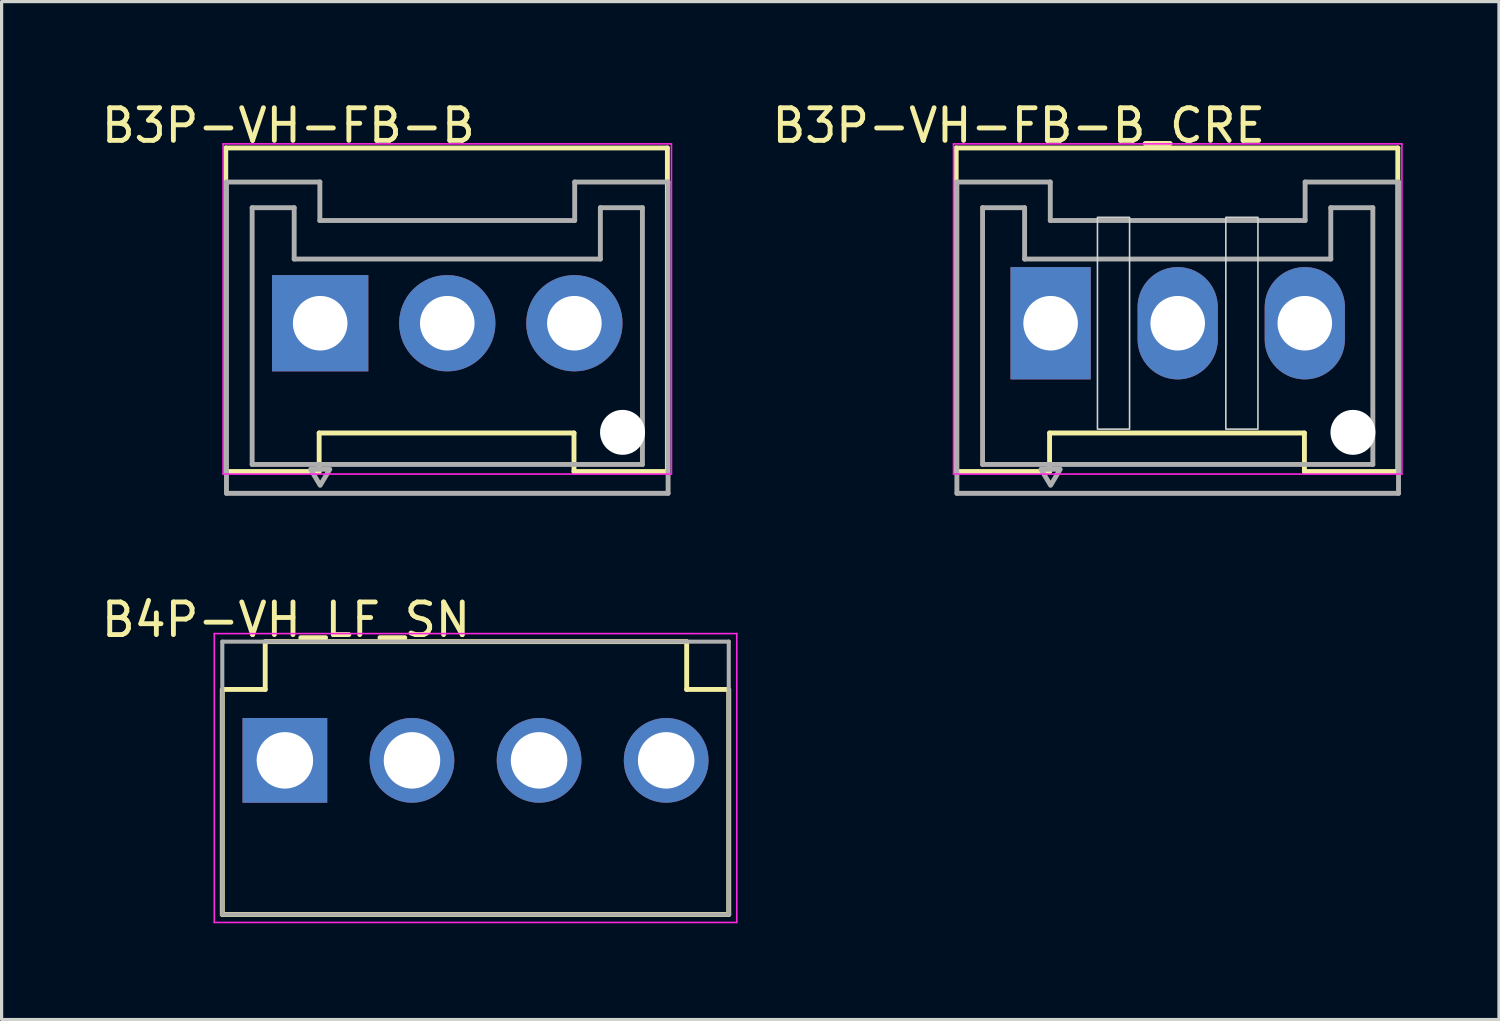
<source format=kicad_pcb>
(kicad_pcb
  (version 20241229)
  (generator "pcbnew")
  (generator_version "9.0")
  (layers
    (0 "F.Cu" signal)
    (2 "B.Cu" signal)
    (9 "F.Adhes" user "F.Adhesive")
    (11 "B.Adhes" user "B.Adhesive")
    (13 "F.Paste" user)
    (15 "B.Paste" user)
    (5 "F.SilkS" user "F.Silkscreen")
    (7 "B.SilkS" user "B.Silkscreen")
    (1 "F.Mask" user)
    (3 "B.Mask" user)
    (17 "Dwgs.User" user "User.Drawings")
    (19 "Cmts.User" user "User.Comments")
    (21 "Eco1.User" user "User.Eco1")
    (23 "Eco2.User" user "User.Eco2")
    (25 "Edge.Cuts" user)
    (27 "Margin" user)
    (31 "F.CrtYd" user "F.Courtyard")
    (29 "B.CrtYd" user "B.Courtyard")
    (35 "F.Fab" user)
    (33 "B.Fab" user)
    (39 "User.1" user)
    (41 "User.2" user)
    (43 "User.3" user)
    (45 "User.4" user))
  (footprint "B4P-VH_LF_SN"
    (layer "F.Cu")
    (at 11.766 20.641)
    (property "Reference" "B4P-VH_LF_SN" (at -5.905 -4.381 0) (layer "F.SilkS") (effects (font (size 1.016 1.016) (thickness 0.152))))
    (attr through_hole)
    (fp_line (start -7.89 4.8) (end -7.89 -2.21) (stroke (width 0.152) (type solid)) (layer "F.SilkS"))
    (fp_line (start -6.553 -3.7) (end 6.579 -3.7) (stroke (width 0.152) (type solid)) (layer "F.SilkS"))
    (fp_line (start -6.553 -3.683) (end -6.553 -2.21) (stroke (width 0.152) (type solid)) (layer "F.SilkS"))
    (fp_line (start -6.553 -2.21) (end -7.874 -2.21) (stroke (width 0.152) (type solid)) (layer "F.SilkS"))
    (fp_line (start 6.579 -3.683) (end 6.579 -2.21) (stroke (width 0.152) (type solid)) (layer "F.SilkS"))
    (fp_line (start 7.874 -2.21) (end 6.579 -2.21) (stroke (width 0.152) (type solid)) (layer "F.SilkS"))
    (fp_line (start 7.89 -2.21) (end 7.89 4.8) (stroke (width 0.152) (type solid)) (layer "F.SilkS"))
    (fp_line (start 7.89 4.8) (end -7.89 4.8) (stroke (width 0.152) (type solid)) (layer "F.SilkS"))
    (fp_line (start -8.14 -3.95) (end 8.14 -3.95) (stroke (width 0.05) (type solid)) (layer "F.CrtYd"))
    (fp_line (start -8.14 5.05) (end -8.14 -3.95) (stroke (width 0.05) (type solid)) (layer "F.CrtYd"))
    (fp_line (start 8.14 -3.95) (end 8.14 5.05) (stroke (width 0.05) (type solid)) (layer "F.CrtYd"))
    (fp_line (start 8.14 5.05) (end -8.14 5.05) (stroke (width 0.05) (type solid)) (layer "F.CrtYd"))
    (fp_line (start -7.89 -3.7) (end -7.89 4.8) (stroke (width 0.127) (type solid)) (layer "F.Fab"))
    (fp_line (start -7.89 4.8) (end 7.89 4.8) (stroke (width 0.127) (type solid)) (layer "F.Fab"))
    (fp_line (start 7.89 -3.7) (end -7.89 -3.7) (stroke (width 0.127) (type solid)) (layer "F.Fab"))
    (fp_line (start 7.89 4.8) (end 7.89 -3.7) (stroke (width 0.127) (type solid)) (layer "F.Fab"))
    (pad "1" thru_hole rect (at -5.94 0) (size 2.64 2.64) (drill 1.76) (layers "*.Cu" "*.Mask"))
    (pad "2" thru_hole circle (at -1.98 0) (size 2.64 2.64) (drill 1.76) (layers "*.Cu" "*.Mask"))
    (pad "3" thru_hole circle (at 1.98 0) (size 2.64 2.64) (drill 1.76) (layers "*.Cu" "*.Mask"))
    (pad "4" thru_hole circle (at 5.94 0) (size 2.64 2.64) (drill 1.76) (layers "*.Cu" "*.Mask")))
  (footprint "B3P-VH-FB-B_CRE"
    (layer "F.Cu")
    (at 33.644 7.021)
    (property "Reference" "B3P-VH-FB-B_CRE" (at -4.953 -6.16 180) (layer "F.SilkS") (effects (font (size 1.016 1.016) (thickness 0.152))))
    (attr through_hole)
    (fp_line (start -6.902 -5.461) (end 6.858 -5.461) (stroke (width 0.152) (type solid)) (layer "F.SilkS"))
    (fp_line (start -6.902 4.62) (end -6.902 -5.461) (stroke (width 0.152) (type solid)) (layer "F.SilkS"))
    (fp_line (start -3.992 3.42) (end -3.992 4.62) (stroke (width 0.152) (type solid)) (layer "F.SilkS"))
    (fp_line (start -3.992 4.62) (end -6.902 4.62) (stroke (width 0.152) (type solid)) (layer "F.SilkS"))
    (fp_line (start 3.948 3.42) (end -3.992 3.42) (stroke (width 0.152) (type solid)) (layer "F.SilkS"))
    (fp_line (start 3.948 3.42) (end 3.948 4.62) (stroke (width 0.152) (type solid)) (layer "F.SilkS"))
    (fp_line (start 6.858 -5.461) (end 6.858 4.62) (stroke (width 0.152) (type solid)) (layer "F.SilkS"))
    (fp_line (start 6.858 4.62) (end 3.948 4.62) (stroke (width 0.152) (type solid)) (layer "F.SilkS"))
    (fp_rect (start -2.5 -3.3) (end -1.5 3.3) (stroke (width 0.05) (type default)) (fill no) (layer "Edge.Cuts"))
    (fp_rect (start 1.5 -3.3) (end 2.5 3.3) (stroke (width 0.05) (type default)) (fill no) (layer "Edge.Cuts"))
    (fp_line (start -6.985 -5.588) (end 6.985 -5.588) (stroke (width 0.05) (type default)) (layer "F.CrtYd"))
    (fp_line (start -6.985 4.699) (end -6.985 -5.588) (stroke (width 0.05) (type default)) (layer "F.CrtYd"))
    (fp_line (start 6.985 -5.588) (end 6.985 4.699) (stroke (width 0.05) (type default)) (layer "F.CrtYd"))
    (fp_line (start 6.985 4.699) (end -6.985 4.699) (stroke (width 0.05) (type default)) (layer "F.CrtYd"))
    (fp_line (start -6.88 -4.4) (end -3.97 -4.4) (stroke (width 0.152) (type solid)) (layer "F.Fab"))
    (fp_line (start -6.88 5.3) (end -6.88 -4.4) (stroke (width 0.152) (type solid)) (layer "F.Fab"))
    (fp_line (start -6.08 -3.6) (end -4.77 -3.6) (stroke (width 0.152) (type solid)) (layer "F.Fab"))
    (fp_line (start -6.08 4.4) (end -6.08 -3.6) (stroke (width 0.152) (type solid)) (layer "F.Fab"))
    (fp_line (start -4.77 -3.6) (end -4.77 -2) (stroke (width 0.152) (type solid)) (layer "F.Fab"))
    (fp_line (start -4.77 -2) (end 4.77 -2) (stroke (width 0.152) (type solid)) (layer "F.Fab"))
    (fp_line (start -3.97 -3.2) (end -3.97 -4.4) (stroke (width 0.152) (type solid)) (layer "F.Fab"))
    (fp_line (start -3.97 -3.2) (end 3.97 -3.2) (stroke (width 0.152) (type solid)) (layer "F.Fab"))
    (fp_line (start 3.97 -4.4) (end 6.88 -4.4) (stroke (width 0.152) (type solid)) (layer "F.Fab"))
    (fp_line (start 3.97 -3.2) (end 3.97 -4.4) (stroke (width 0.152) (type solid)) (layer "F.Fab"))
    (fp_line (start 4.77 -3.6) (end 6.08 -3.6) (stroke (width 0.152) (type solid)) (layer "F.Fab"))
    (fp_line (start 4.77 -2) (end 4.77 -3.6) (stroke (width 0.152) (type solid)) (layer "F.Fab"))
    (fp_line (start 6.08 -3.6) (end 6.08 4.4) (stroke (width 0.152) (type solid)) (layer "F.Fab"))
    (fp_line (start 6.08 4.4) (end -6.08 4.4) (stroke (width 0.152) (type solid)) (layer "F.Fab"))
    (fp_line (start 6.88 -4.4) (end 6.88 5.3) (stroke (width 0.152) (type solid)) (layer "F.Fab"))
    (fp_line (start 6.88 5.3) (end -6.88 5.3) (stroke (width 0.152) (type solid)) (layer "F.Fab"))
    (fp_poly (pts (xy -3.96 5.05) (xy -4.26 4.55) (xy -3.66 4.55)) (stroke (width 0.152) (type solid)) (fill no) (layer "F.Fab"))
    (fp_poly (pts (xy -4.53 -0.57) (xy -3.39 -0.57) (xy -3.39 0.57) (xy -4.53 0.57)) (stroke (width 0.01) (type solid)) (fill no) (layer "F.Fab"))
    (fp_poly (pts (xy -0.57 -0.57) (xy 0.57 -0.57) (xy 0.57 0.57) (xy -0.57 0.57)) (stroke (width 0.01) (type solid)) (fill no) (layer "F.Fab"))
    (fp_poly (pts (xy 3.39 -0.57) (xy 4.53 -0.57) (xy 4.53 0.57) (xy 3.39 0.57)) (stroke (width 0.01) (type solid)) (fill no) (layer "F.Fab"))
    (pad "" np_thru_hole circle (at 5.46 3.4) (size 1.4 1.4) (drill 1.4) (layers "*.Cu" "*.Mask"))
    (pad "1" thru_hole rect (at -3.96 0) (size 2.5 3.5) (drill 1.7) (layers "*.Cu" "*.Mask"))
    (pad "2" thru_hole oval (at 0 0) (size 2.5 3.5) (drill 1.7) (layers "*.Cu" "*.Mask"))
    (pad "3" thru_hole oval (at 3.96 0) (size 2.5 3.5) (drill 1.7) (layers "*.Cu" "*.Mask")))
  (footprint "B3P-VH-FB-B"
    (layer "F.Cu")
    (at 10.886 7.021)
    (property "Reference" "B3P-VH-FB-B" (at -4.953 -6.16 180) (layer "F.SilkS") (effects (font (size 1.016 1.016) (thickness 0.152))))
    (attr through_hole)
    (fp_line (start -6.902 -5.461) (end 6.858 -5.461) (stroke (width 0.152) (type solid)) (layer "F.SilkS"))
    (fp_line (start -6.902 4.62) (end -6.902 -5.461) (stroke (width 0.152) (type solid)) (layer "F.SilkS"))
    (fp_line (start -3.992 3.42) (end -3.992 4.62) (stroke (width 0.152) (type solid)) (layer "F.SilkS"))
    (fp_line (start -3.992 4.62) (end -6.902 4.62) (stroke (width 0.152) (type solid)) (layer "F.SilkS"))
    (fp_line (start 3.948 3.42) (end -3.992 3.42) (stroke (width 0.152) (type solid)) (layer "F.SilkS"))
    (fp_line (start 3.948 3.42) (end 3.948 4.62) (stroke (width 0.152) (type solid)) (layer "F.SilkS"))
    (fp_line (start 6.858 -5.461) (end 6.858 4.62) (stroke (width 0.152) (type solid)) (layer "F.SilkS"))
    (fp_line (start 6.858 4.62) (end 3.948 4.62) (stroke (width 0.152) (type solid)) (layer "F.SilkS"))
    (fp_line (start -6.985 -5.588) (end 6.985 -5.588) (stroke (width 0.05) (type default)) (layer "F.CrtYd"))
    (fp_line (start -6.985 4.699) (end -6.985 -5.588) (stroke (width 0.05) (type default)) (layer "F.CrtYd"))
    (fp_line (start 6.985 -5.588) (end 6.985 4.699) (stroke (width 0.05) (type default)) (layer "F.CrtYd"))
    (fp_line (start 6.985 4.699) (end -6.985 4.699) (stroke (width 0.05) (type default)) (layer "F.CrtYd"))
    (fp_line (start -6.88 -4.4) (end -3.97 -4.4) (stroke (width 0.152) (type solid)) (layer "F.Fab"))
    (fp_line (start -6.88 5.3) (end -6.88 -4.4) (stroke (width 0.152) (type solid)) (layer "F.Fab"))
    (fp_line (start -6.08 -3.6) (end -4.77 -3.6) (stroke (width 0.152) (type solid)) (layer "F.Fab"))
    (fp_line (start -6.08 4.4) (end -6.08 -3.6) (stroke (width 0.152) (type solid)) (layer "F.Fab"))
    (fp_line (start -4.77 -3.6) (end -4.77 -2) (stroke (width 0.152) (type solid)) (layer "F.Fab"))
    (fp_line (start -4.77 -2) (end 4.77 -2) (stroke (width 0.152) (type solid)) (layer "F.Fab"))
    (fp_line (start -3.97 -3.2) (end -3.97 -4.4) (stroke (width 0.152) (type solid)) (layer "F.Fab"))
    (fp_line (start -3.97 -3.2) (end 3.97 -3.2) (stroke (width 0.152) (type solid)) (layer "F.Fab"))
    (fp_line (start 3.97 -4.4) (end 6.88 -4.4) (stroke (width 0.152) (type solid)) (layer "F.Fab"))
    (fp_line (start 3.97 -3.2) (end 3.97 -4.4) (stroke (width 0.152) (type solid)) (layer "F.Fab"))
    (fp_line (start 4.77 -3.6) (end 6.08 -3.6) (stroke (width 0.152) (type solid)) (layer "F.Fab"))
    (fp_line (start 4.77 -2) (end 4.77 -3.6) (stroke (width 0.152) (type solid)) (layer "F.Fab"))
    (fp_line (start 6.08 -3.6) (end 6.08 4.4) (stroke (width 0.152) (type solid)) (layer "F.Fab"))
    (fp_line (start 6.08 4.4) (end -6.08 4.4) (stroke (width 0.152) (type solid)) (layer "F.Fab"))
    (fp_line (start 6.88 -4.4) (end 6.88 5.3) (stroke (width 0.152) (type solid)) (layer "F.Fab"))
    (fp_line (start 6.88 5.3) (end -6.88 5.3) (stroke (width 0.152) (type solid)) (layer "F.Fab"))
    (fp_poly (pts (xy -3.96 5.05) (xy -4.26 4.55) (xy -3.66 4.55)) (stroke (width 0.152) (type solid)) (fill no) (layer "F.Fab"))
    (fp_poly (pts (xy -4.53 -0.57) (xy -3.39 -0.57) (xy -3.39 0.57) (xy -4.53 0.57)) (stroke (width 0.01) (type solid)) (fill no) (layer "F.Fab"))
    (fp_poly (pts (xy -0.57 -0.57) (xy 0.57 -0.57) (xy 0.57 0.57) (xy -0.57 0.57)) (stroke (width 0.01) (type solid)) (fill no) (layer "F.Fab"))
    (fp_poly (pts (xy 3.39 -0.57) (xy 4.53 -0.57) (xy 4.53 0.57) (xy 3.39 0.57)) (stroke (width 0.01) (type solid)) (fill no) (layer "F.Fab"))
    (pad "" np_thru_hole circle (at 5.46 3.4) (size 1.4 1.4) (drill 1.4) (layers "*.Cu" "*.Mask"))
    (pad "1" thru_hole rect (at -3.96 0) (size 3 3) (drill 1.7) (layers "*.Cu" "*.Mask"))
    (pad "2" thru_hole circle (at 0 0) (size 3 3) (drill 1.7) (layers "*.Cu" "*.Mask"))
    (pad "3" thru_hole circle (at 3.96 0) (size 3 3) (drill 1.7) (layers "*.Cu" "*.Mask")))
  (gr_rect
    (start -3 -3)
    (end 43.654 28.716)
    (stroke (width 0.1) (type default))
    (fill no)
    (layer "Edge.Cuts")))
</source>
